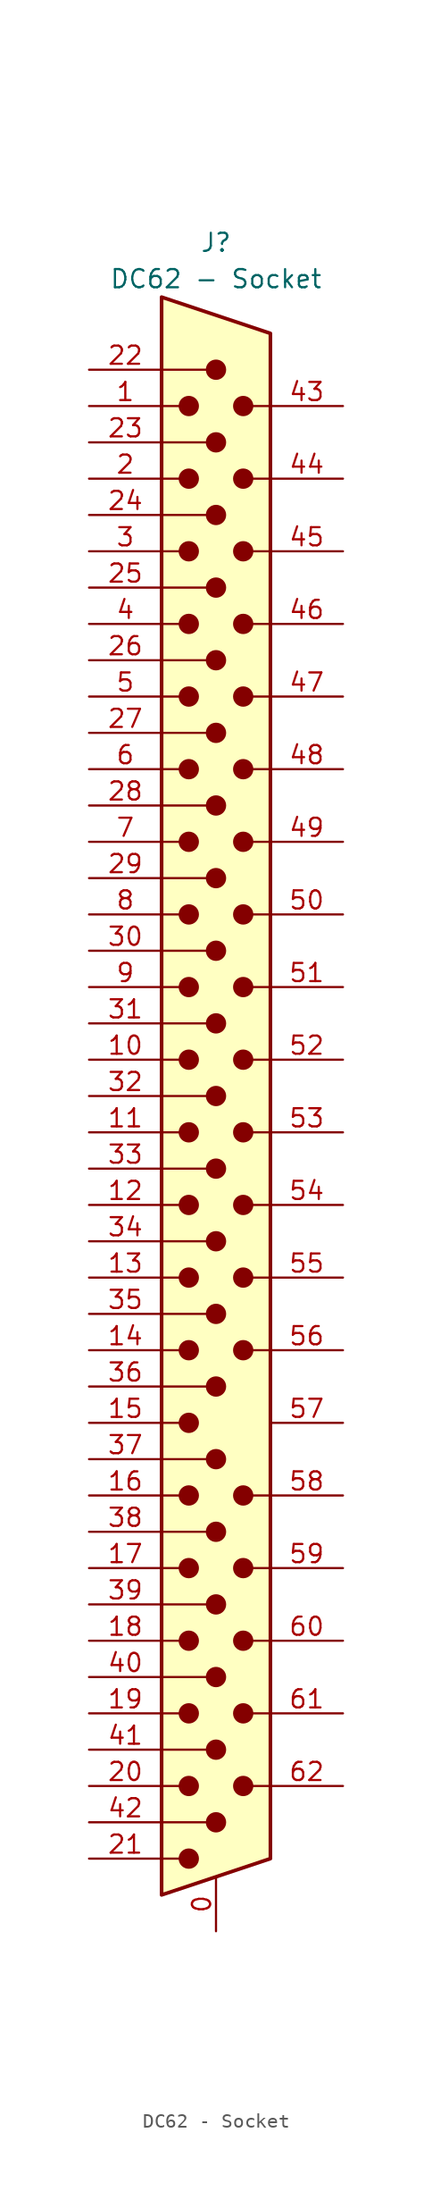
<source format=kicad_sym>
(kicad_symbol_lib
  (version 20220914)
  (generator kicad_symbol_editor)
  (symbol "DC62 - Socket"
    (pin_names
      (offset 1.016) hide)
    (property "Reference" "J"
      (at 0 39.37 0)
      (effects (font (size 1.27 1.27))))
    (property "Value" "DC62 - Socket"
      (at 0 36.83 0)
      (effects (font (size 1.27 1.27))))
    (symbol "DC62 - Socket_0_1"
      (circle (center -1.905 -73.66) (radius 0.635) (stroke (width 0) (type default)) (fill (type outline)))
      (circle (center -1.905 -68.58) (radius 0.635) (stroke (width 0) (type default)) (fill (type outline)))
      (circle (center -1.905 -63.5) (radius 0.635) (stroke (width 0) (type default)) (fill (type outline)))
      (circle (center -1.905 -58.42) (radius 0.635) (stroke (width 0) (type default)) (fill (type outline)))
      (circle (center -1.905 -53.34) (radius 0.635) (stroke (width 0) (type default)) (fill (type outline)))
      (circle (center -1.905 -48.26) (radius 0.635) (stroke (width 0) (type default)) (fill (type outline)))
      (circle (center -1.905 -43.18) (radius 0.635) (stroke (width 0) (type default)) (fill (type outline)))
      (circle (center -1.905 -38.1) (radius 0.635) (stroke (width 0) (type default)) (fill (type outline)))
      (circle (center -1.905 -33.02) (radius 0.635) (stroke (width 0) (type default)) (fill (type outline)))
      (circle (center -1.905 -27.94) (radius 0.635) (stroke (width 0) (type default)) (fill (type outline)))
      (circle (center -1.905 -22.86) (radius 0.635) (stroke (width 0) (type default)) (fill (type outline)))
      (circle (center -1.905 -17.78) (radius 0.635) (stroke (width 0) (type default)) (fill (type outline)))
      (circle (center -1.905 -12.7) (radius 0.635) (stroke (width 0) (type default)) (fill (type outline)))
      (circle (center -1.905 -7.62) (radius 0.635) (stroke (width 0) (type default)) (fill (type outline)))
      (circle (center -1.905 -2.54) (radius 0.635) (stroke (width 0) (type default)) (fill (type outline)))
      (circle (center -1.905 2.54) (radius 0.635) (stroke (width 0) (type default)) (fill (type outline)))
      (circle (center -1.905 7.62) (radius 0.635) (stroke (width 0) (type default)) (fill (type outline)))
      (circle (center -1.905 12.7) (radius 0.635) (stroke (width 0) (type default)) (fill (type outline)))
      (circle (center -1.905 17.78) (radius 0.635) (stroke (width 0) (type default)) (fill (type outline)))
      (circle (center -1.905 22.86) (radius 0.635) (stroke (width 0) (type default)) (fill (type outline)))
      (circle (center -1.905 27.94) (radius 0.635) (stroke (width 0) (type default)) (fill (type outline)))
      (circle (center 0 -71.12) (radius 0.635) (stroke (width 0) (type default)) (fill (type outline)))
      (circle (center 0 -66.04) (radius 0.635) (stroke (width 0) (type default)) (fill (type outline)))
      (circle (center 0 -60.96) (radius 0.635) (stroke (width 0) (type default)) (fill (type outline)))
      (circle (center 0 -55.88) (radius 0.635) (stroke (width 0) (type default)) (fill (type outline)))
      (circle (center 0 -50.8) (radius 0.635) (stroke (width 0) (type default)) (fill (type outline)))
      (circle (center 0 -45.72) (radius 0.635) (stroke (width 0) (type default)) (fill (type outline)))
      (circle (center 0 -40.64) (radius 0.635) (stroke (width 0) (type default)) (fill (type outline)))
      (circle (center 0 -35.56) (radius 0.635) (stroke (width 0) (type default)) (fill (type outline)))
      (circle (center 0 -30.48) (radius 0.635) (stroke (width 0) (type default)) (fill (type outline)))
      (circle (center 0 -25.4) (radius 0.635) (stroke (width 0) (type default)) (fill (type outline)))
      (circle (center 0 -20.32) (radius 0.635) (stroke (width 0) (type default)) (fill (type outline)))
      (circle (center 0 -15.24) (radius 0.635) (stroke (width 0) (type default)) (fill (type outline)))
      (circle (center 0 -10.16) (radius 0.635) (stroke (width 0) (type default)) (fill (type outline)))
      (circle (center 0 -5.08) (radius 0.635) (stroke (width 0) (type default)) (fill (type outline)))
      (polyline (pts (xy -2.54 -73.66) (xy -3.81 -73.66)) (stroke (width 0) (type default)) (fill (type none)))
      (polyline (pts (xy -2.54 -68.58) (xy -3.81 -68.58)) (stroke (width 0) (type default)) (fill (type none)))
      (polyline (pts (xy -2.54 -63.5) (xy -3.81 -63.5)) (stroke (width 0) (type default)) (fill (type none)))
      (polyline (pts (xy -2.54 -58.42) (xy -3.81 -58.42)) (stroke (width 0) (type default)) (fill (type none)))
      (polyline (pts (xy -2.54 -53.34) (xy -3.81 -53.34)) (stroke (width 0) (type default)) (fill (type none)))
      (polyline (pts (xy -2.54 -48.26) (xy -3.81 -48.26)) (stroke (width 0) (type default)) (fill (type none)))
      (polyline (pts (xy -2.54 -43.18) (xy -3.81 -43.18)) (stroke (width 0) (type default)) (fill (type none)))
      (polyline (pts (xy -2.54 -38.1) (xy -3.81 -38.1)) (stroke (width 0) (type default)) (fill (type none)))
      (polyline (pts (xy -2.54 -33.02) (xy -3.81 -33.02)) (stroke (width 0) (type default)) (fill (type none)))
      (polyline (pts (xy -2.54 -27.94) (xy -3.81 -27.94)) (stroke (width 0) (type default)) (fill (type none)))
      (polyline (pts (xy -2.54 -22.86) (xy -3.81 -22.86)) (stroke (width 0) (type default)) (fill (type none)))
      (polyline (pts (xy -2.54 -17.78) (xy -3.81 -17.78)) (stroke (width 0) (type default)) (fill (type none)))
      (polyline (pts (xy -2.54 -12.7) (xy -3.81 -12.7)) (stroke (width 0) (type default)) (fill (type none)))
      (polyline (pts (xy -2.54 -7.62) (xy -3.81 -7.62)) (stroke (width 0) (type default)) (fill (type none)))
      (polyline (pts (xy -2.54 -2.54) (xy -3.81 -2.54)) (stroke (width 0) (type default)) (fill (type none)))
      (polyline (pts (xy -2.54 2.54) (xy -3.81 2.54)) (stroke (width 0) (type default)) (fill (type none)))
      (polyline (pts (xy -2.54 7.62) (xy -3.81 7.62)) (stroke (width 0) (type default)) (fill (type none)))
      (polyline (pts (xy -2.54 12.7) (xy -3.81 12.7)) (stroke (width 0) (type default)) (fill (type none)))
      (polyline (pts (xy -2.54 17.78) (xy -3.81 17.78)) (stroke (width 0) (type default)) (fill (type none)))
      (polyline (pts (xy -2.54 22.86) (xy -3.81 22.86)) (stroke (width 0) (type default)) (fill (type none)))
      (polyline (pts (xy -2.54 27.94) (xy -3.81 27.94)) (stroke (width 0) (type default)) (fill (type none)))
      (polyline (pts (xy 0 -71.12) (xy -3.81 -71.12)) (stroke (width 0) (type default)) (fill (type none)))
      (polyline (pts (xy 0 -66.04) (xy -3.81 -66.04)) (stroke (width 0) (type default)) (fill (type none)))
      (polyline (pts (xy 0 -60.96) (xy -3.81 -60.96)) (stroke (width 0) (type default)) (fill (type none)))
      (polyline (pts (xy 0 -55.88) (xy -3.81 -55.88)) (stroke (width 0) (type default)) (fill (type none)))
      (polyline (pts (xy 0 -50.8) (xy -3.81 -50.8)) (stroke (width 0) (type default)) (fill (type none)))
      (polyline (pts (xy 0 -45.72) (xy -3.81 -45.72)) (stroke (width 0) (type default)) (fill (type none)))
      (polyline (pts (xy 0 -40.64) (xy -3.81 -40.64)) (stroke (width 0) (type default)) (fill (type none)))
      (polyline (pts (xy 0 -35.56) (xy -3.81 -35.56)) (stroke (width 0) (type default)) (fill (type none)))
      (polyline (pts (xy 0 -30.48) (xy -3.81 -30.48)) (stroke (width 0) (type default)) (fill (type none)))
      (polyline (pts (xy 0 -25.4) (xy -3.81 -25.4)) (stroke (width 0) (type default)) (fill (type none)))
      (polyline (pts (xy 0 -20.32) (xy -3.81 -20.32)) (stroke (width 0) (type default)) (fill (type none)))
      (polyline (pts (xy 0 -15.24) (xy -3.81 -15.24)) (stroke (width 0) (type default)) (fill (type none)))
      (polyline (pts (xy 0 -10.16) (xy -3.81 -10.16)) (stroke (width 0) (type default)) (fill (type none)))
      (polyline (pts (xy 0 -5.08) (xy -3.81 -5.08)) (stroke (width 0) (type default)) (fill (type none)))
      (polyline (pts (xy 0 0) (xy -3.81 0)) (stroke (width 0) (type default)) (fill (type none)))
      (polyline (pts (xy 0 5.08) (xy -3.81 5.08)) (stroke (width 0) (type default)) (fill (type none)))
      (polyline (pts (xy 0 10.16) (xy -3.81 10.16)) (stroke (width 0) (type default)) (fill (type none)))
      (polyline (pts (xy 0 15.24) (xy -3.81 15.24)) (stroke (width 0) (type default)) (fill (type none)))
      (polyline (pts (xy 0 20.32) (xy -3.81 20.32)) (stroke (width 0) (type default)) (fill (type none)))
      (polyline (pts (xy 0 25.4) (xy -3.81 25.4)) (stroke (width 0) (type default)) (fill (type none)))
      (polyline (pts (xy 0 30.48) (xy -3.81 30.48)) (stroke (width 0) (type default)) (fill (type none)))
      (polyline (pts (xy 3.81 -68.58) (xy 2.54 -68.58)) (stroke (width 0) (type default)) (fill (type none)))
      (polyline (pts (xy 3.81 -63.5) (xy 2.54 -63.5)) (stroke (width 0) (type default)) (fill (type none)))
      (polyline (pts (xy 3.81 -58.42) (xy 2.54 -58.42)) (stroke (width 0) (type default)) (fill (type none)))
      (polyline (pts (xy 3.81 -53.34) (xy 2.54 -53.34)) (stroke (width 0) (type default)) (fill (type none)))
      (polyline (pts (xy 3.81 -48.26) (xy 2.54 -48.26)) (stroke (width 0) (type default)) (fill (type none)))
      (polyline (pts (xy 3.81 -38.1) (xy 2.54 -38.1)) (stroke (width 0) (type default)) (fill (type none)))
      (polyline (pts (xy 3.81 -33.02) (xy 2.54 -33.02)) (stroke (width 0) (type default)) (fill (type none)))
      (polyline (pts (xy 3.81 -27.94) (xy 2.54 -27.94)) (stroke (width 0) (type default)) (fill (type none)))
      (polyline (pts (xy 3.81 -22.86) (xy 2.54 -22.86)) (stroke (width 0) (type default)) (fill (type none)))
      (polyline (pts (xy 3.81 -17.78) (xy 2.54 -17.78)) (stroke (width 0) (type default)) (fill (type none)))
      (polyline (pts (xy 3.81 -12.7) (xy 2.54 -12.7)) (stroke (width 0) (type default)) (fill (type none)))
      (polyline (pts (xy 3.81 -7.62) (xy 2.54 -7.62)) (stroke (width 0) (type default)) (fill (type none)))
      (polyline (pts (xy 3.81 -2.54) (xy 2.54 -2.54)) (stroke (width 0) (type default)) (fill (type none)))
      (polyline (pts (xy 3.81 2.54) (xy 2.54 2.54)) (stroke (width 0) (type default)) (fill (type none)))
      (polyline (pts (xy 3.81 7.62) (xy 2.54 7.62)) (stroke (width 0) (type default)) (fill (type none)))
      (polyline (pts (xy 3.81 12.7) (xy 2.54 12.7)) (stroke (width 0) (type default)) (fill (type none)))
      (polyline (pts (xy 3.81 17.78) (xy 2.54 17.78)) (stroke (width 0) (type default)) (fill (type none)))
      (polyline (pts (xy 3.81 22.86) (xy 2.54 22.86)) (stroke (width 0) (type default)) (fill (type none)))
      (polyline (pts (xy 3.81 27.94) (xy 2.54 27.94)) (stroke (width 0) (type default)) (fill (type none)))
      (polyline (pts (xy -3.81 35.56) (xy -3.81 -76.2) (xy 3.81 -73.66) (xy 3.81 33.02) (xy -3.81 35.56)) (stroke (width 0.254) (type default)) (fill (type background)))
      (circle (center 0 0) (radius 0.635) (stroke (width 0) (type default)) (fill (type outline)))
      (circle (center 0 5.08) (radius 0.635) (stroke (width 0) (type default)) (fill (type outline)))
      (circle (center 0 10.16) (radius 0.635) (stroke (width 0) (type default)) (fill (type outline)))
      (circle (center 0 15.24) (radius 0.635) (stroke (width 0) (type default)) (fill (type outline)))
      (circle (center 0 20.32) (radius 0.635) (stroke (width 0) (type default)) (fill (type outline)))
      (circle (center 0 25.4) (radius 0.635) (stroke (width 0) (type default)) (fill (type outline)))
      (circle (center 0 30.48) (radius 0.635) (stroke (width 0) (type default)) (fill (type outline)))
      (circle (center 1.905 -68.58) (radius 0.635) (stroke (width 0) (type default)) (fill (type outline)))
      (circle (center 1.905 -63.5) (radius 0.635) (stroke (width 0) (type default)) (fill (type outline)))
      (circle (center 1.905 -58.42) (radius 0.635) (stroke (width 0) (type default)) (fill (type outline)))
      (circle (center 1.905 -53.34) (radius 0.635) (stroke (width 0) (type default)) (fill (type outline)))
      (circle (center 1.905 -48.26) (radius 0.635) (stroke (width 0) (type default)) (fill (type outline)))
      (circle (center 1.905 -38.1) (radius 0.635) (stroke (width 0) (type default)) (fill (type outline)))
      (circle (center 1.905 -33.02) (radius 0.635) (stroke (width 0) (type default)) (fill (type outline)))
      (circle (center 1.905 -27.94) (radius 0.635) (stroke (width 0) (type default)) (fill (type outline)))
      (circle (center 1.905 -22.86) (radius 0.635) (stroke (width 0) (type default)) (fill (type outline)))
      (circle (center 1.905 -17.78) (radius 0.635) (stroke (width 0) (type default)) (fill (type outline)))
      (circle (center 1.905 -12.7) (radius 0.635) (stroke (width 0) (type default)) (fill (type outline)))
      (circle (center 1.905 -7.62) (radius 0.635) (stroke (width 0) (type default)) (fill (type outline)))
      (circle (center 1.905 -2.54) (radius 0.635) (stroke (width 0) (type default)) (fill (type outline)))
      (circle (center 1.905 2.54) (radius 0.635) (stroke (width 0) (type default)) (fill (type outline)))
      (circle (center 1.905 7.62) (radius 0.635) (stroke (width 0) (type default)) (fill (type outline)))
      (circle (center 1.905 12.7) (radius 0.635) (stroke (width 0) (type default)) (fill (type outline)))
      (circle (center 1.905 17.78) (radius 0.635) (stroke (width 0) (type default)) (fill (type outline)))
      (circle (center 1.905 22.86) (radius 0.635) (stroke (width 0) (type default)) (fill (type outline)))
      (circle (center 1.905 27.94) (radius 0.635) (stroke (width 0) (type default)) (fill (type outline))))
    (symbol "DC62 - Socket_1_1"
      (pin passive line (at 0 -78.74 90) (length 3.81) (name "0" (effects (font (size 1.27 1.27)))) (number "0" (effects (font (size 1.27 1.27)))))
      (pin passive line (at -8.89 27.94 0) (length 5.08) (name "1" (effects (font (size 1.27 1.27)))) (number "1" (effects (font (size 1.27 1.27)))))
      (pin passive line (at -8.89 -17.78 0) (length 5.08) (name "10" (effects (font (size 1.27 1.27)))) (number "10" (effects (font (size 1.27 1.27)))))
      (pin passive line (at -8.89 -22.86 0) (length 5.08) (name "11" (effects (font (size 1.27 1.27)))) (number "11" (effects (font (size 1.27 1.27)))))
      (pin passive line (at -8.89 -27.94 0) (length 5.08) (name "12" (effects (font (size 1.27 1.27)))) (number "12" (effects (font (size 1.27 1.27)))))
      (pin passive line (at -8.89 -33.02 0) (length 5.08) (name "13" (effects (font (size 1.27 1.27)))) (number "13" (effects (font (size 1.27 1.27)))))
      (pin passive line (at -8.89 -38.1 0) (length 5.08) (name "14" (effects (font (size 1.27 1.27)))) (number "14" (effects (font (size 1.27 1.27)))))
      (pin passive line (at -8.89 -43.18 0) (length 5.08) (name "15" (effects (font (size 1.27 1.27)))) (number "15" (effects (font (size 1.27 1.27)))))
      (pin passive line (at -8.89 -48.26 0) (length 5.08) (name "16" (effects (font (size 1.27 1.27)))) (number "16" (effects (font (size 1.27 1.27)))))
      (pin passive line (at -8.89 -53.34 0) (length 5.08) (name "17" (effects (font (size 1.27 1.27)))) (number "17" (effects (font (size 1.27 1.27)))))
      (pin passive line (at -8.89 -58.42 0) (length 5.08) (name "18" (effects (font (size 1.27 1.27)))) (number "18" (effects (font (size 1.27 1.27)))))
      (pin passive line (at -8.89 -63.5 0) (length 5.08) (name "19" (effects (font (size 1.27 1.27)))) (number "19" (effects (font (size 1.27 1.27)))))
      (pin passive line (at -8.89 22.86 0) (length 5.08) (name "2" (effects (font (size 1.27 1.27)))) (number "2" (effects (font (size 1.27 1.27)))))
      (pin passive line (at -8.89 -68.58 0) (length 5.08) (name "20" (effects (font (size 1.27 1.27)))) (number "20" (effects (font (size 1.27 1.27)))))
      (pin passive line (at -8.89 -73.66 0) (length 5.08) (name "21" (effects (font (size 1.27 1.27)))) (number "21" (effects (font (size 1.27 1.27)))))
      (pin passive line (at -8.89 30.48 0) (length 5.08) (name "22" (effects (font (size 1.27 1.27)))) (number "22" (effects (font (size 1.27 1.27)))))
      (pin passive line (at -8.89 25.4 0) (length 5.08) (name "23" (effects (font (size 1.27 1.27)))) (number "23" (effects (font (size 1.27 1.27)))))
      (pin passive line (at -8.89 20.32 0) (length 5.08) (name "24" (effects (font (size 1.27 1.27)))) (number "24" (effects (font (size 1.27 1.27)))))
      (pin passive line (at -8.89 15.24 0) (length 5.08) (name "25" (effects (font (size 1.27 1.27)))) (number "25" (effects (font (size 1.27 1.27)))))
      (pin passive line (at -8.89 10.16 0) (length 5.08) (name "26" (effects (font (size 1.27 1.27)))) (number "26" (effects (font (size 1.27 1.27)))))
      (pin passive line (at -8.89 5.08 0) (length 5.08) (name "27" (effects (font (size 1.27 1.27)))) (number "27" (effects (font (size 1.27 1.27)))))
      (pin passive line (at -8.89 0 0) (length 5.08) (name "28" (effects (font (size 1.27 1.27)))) (number "28" (effects (font (size 1.27 1.27)))))
      (pin passive line (at -8.89 -5.08 0) (length 5.08) (name "29" (effects (font (size 1.27 1.27)))) (number "29" (effects (font (size 1.27 1.27)))))
      (pin passive line (at -8.89 17.78 0) (length 5.08) (name "3" (effects (font (size 1.27 1.27)))) (number "3" (effects (font (size 1.27 1.27)))))
      (pin passive line (at -8.89 -10.16 0) (length 5.08) (name "30" (effects (font (size 1.27 1.27)))) (number "30" (effects (font (size 1.27 1.27)))))
      (pin passive line (at -8.89 -15.24 0) (length 5.08) (name "31" (effects (font (size 1.27 1.27)))) (number "31" (effects (font (size 1.27 1.27)))))
      (pin passive line (at -8.89 -20.32 0) (length 5.08) (name "32" (effects (font (size 1.27 1.27)))) (number "32" (effects (font (size 1.27 1.27)))))
      (pin passive line (at -8.89 -25.4 0) (length 5.08) (name "33" (effects (font (size 1.27 1.27)))) (number "33" (effects (font (size 1.27 1.27)))))
      (pin passive line (at -8.89 -30.48 0) (length 5.08) (name "34" (effects (font (size 1.27 1.27)))) (number "34" (effects (font (size 1.27 1.27)))))
      (pin passive line (at -8.89 -35.56 0) (length 5.08) (name "35" (effects (font (size 1.27 1.27)))) (number "35" (effects (font (size 1.27 1.27)))))
      (pin passive line (at -8.89 -40.64 0) (length 5.08) (name "36" (effects (font (size 1.27 1.27)))) (number "36" (effects (font (size 1.27 1.27)))))
      (pin passive line (at -8.89 -45.72 0) (length 5.08) (name "37" (effects (font (size 1.27 1.27)))) (number "37" (effects (font (size 1.27 1.27)))))
      (pin passive line (at -8.89 -50.8 0) (length 5.08) (name "38" (effects (font (size 1.27 1.27)))) (number "38" (effects (font (size 1.27 1.27)))))
      (pin passive line (at -8.89 -55.88 0) (length 5.08) (name "39" (effects (font (size 1.27 1.27)))) (number "39" (effects (font (size 1.27 1.27)))))
      (pin passive line (at -8.89 12.7 0) (length 5.08) (name "4" (effects (font (size 1.27 1.27)))) (number "4" (effects (font (size 1.27 1.27)))))
      (pin passive line (at -8.89 -60.96 0) (length 5.08) (name "40" (effects (font (size 1.27 1.27)))) (number "40" (effects (font (size 1.27 1.27)))))
      (pin passive line (at -8.89 -66.04 0) (length 5.08) (name "41" (effects (font (size 1.27 1.27)))) (number "41" (effects (font (size 1.27 1.27)))))
      (pin passive line (at -8.89 -71.12 0) (length 5.08) (name "42" (effects (font (size 1.27 1.27)))) (number "42" (effects (font (size 1.27 1.27)))))
      (pin passive line (at 8.89 27.94 180) (length 5.08) (name "43" (effects (font (size 1.27 1.27)))) (number "43" (effects (font (size 1.27 1.27)))))
      (pin passive line (at 8.89 22.86 180) (length 5.08) (name "44" (effects (font (size 1.27 1.27)))) (number "44" (effects (font (size 1.27 1.27)))))
      (pin passive line (at 8.89 17.78 180) (length 5.08) (name "45" (effects (font (size 1.27 1.27)))) (number "45" (effects (font (size 1.27 1.27)))))
      (pin passive line (at 8.89 12.7 180) (length 5.08) (name "46" (effects (font (size 1.27 1.27)))) (number "46" (effects (font (size 1.27 1.27)))))
      (pin passive line (at 8.89 7.62 180) (length 5.08) (name "47" (effects (font (size 1.27 1.27)))) (number "47" (effects (font (size 1.27 1.27)))))
      (pin passive line (at 8.89 2.54 180) (length 5.08) (name "48" (effects (font (size 1.27 1.27)))) (number "48" (effects (font (size 1.27 1.27)))))
      (pin passive line (at 8.89 -2.54 180) (length 5.08) (name "49" (effects (font (size 1.27 1.27)))) (number "49" (effects (font (size 1.27 1.27)))))
      (pin passive line (at -8.89 7.62 0) (length 5.08) (name "5" (effects (font (size 1.27 1.27)))) (number "5" (effects (font (size 1.27 1.27)))))
      (pin passive line (at 8.89 -7.62 180) (length 5.08) (name "50" (effects (font (size 1.27 1.27)))) (number "50" (effects (font (size 1.27 1.27)))))
      (pin passive line (at 8.89 -12.7 180) (length 5.08) (name "51" (effects (font (size 1.27 1.27)))) (number "51" (effects (font (size 1.27 1.27)))))
      (pin passive line (at 8.89 -17.78 180) (length 5.08) (name "52" (effects (font (size 1.27 1.27)))) (number "52" (effects (font (size 1.27 1.27)))))
      (pin passive line (at 8.89 -22.86 180) (length 5.08) (name "53" (effects (font (size 1.27 1.27)))) (number "53" (effects (font (size 1.27 1.27)))))
      (pin passive line (at 8.89 -27.94 180) (length 5.08) (name "54" (effects (font (size 1.27 1.27)))) (number "54" (effects (font (size 1.27 1.27)))))
      (pin passive line (at 8.89 -33.02 180) (length 5.08) (name "55" (effects (font (size 1.27 1.27)))) (number "55" (effects (font (size 1.27 1.27)))))
      (pin passive line (at 8.89 -38.1 180) (length 5.08) (name "56" (effects (font (size 1.27 1.27)))) (number "56" (effects (font (size 1.27 1.27)))))
      (pin passive line (at 8.89 -43.18 180) (length 5.08) (name "57" (effects (font (size 1.27 1.27)))) (number "57" (effects (font (size 1.27 1.27)))))
      (pin passive line (at 8.89 -48.26 180) (length 5.08) (name "58" (effects (font (size 1.27 1.27)))) (number "58" (effects (font (size 1.27 1.27)))))
      (pin passive line (at 8.89 -53.34 180) (length 5.08) (name "59" (effects (font (size 1.27 1.27)))) (number "59" (effects (font (size 1.27 1.27)))))
      (pin passive line (at -8.89 2.54 0) (length 5.08) (name "6" (effects (font (size 1.27 1.27)))) (number "6" (effects (font (size 1.27 1.27)))))
      (pin passive line (at 8.89 -58.42 180) (length 5.08) (name "60" (effects (font (size 1.27 1.27)))) (number "60" (effects (font (size 1.27 1.27)))))
      (pin passive line (at 8.89 -63.5 180) (length 5.08) (name "61" (effects (font (size 1.27 1.27)))) (number "61" (effects (font (size 1.27 1.27)))))
      (pin passive line (at 8.89 -68.58 180) (length 5.08) (name "62" (effects (font (size 1.27 1.27)))) (number "62" (effects (font (size 1.27 1.27)))))
      (pin passive line (at -8.89 -2.54 0) (length 5.08) (name "7" (effects (font (size 1.27 1.27)))) (number "7" (effects (font (size 1.27 1.27)))))
      (pin passive line (at -8.89 -7.62 0) (length 5.08) (name "8" (effects (font (size 1.27 1.27)))) (number "8" (effects (font (size 1.27 1.27)))))
      (pin passive line (at -8.89 -12.7 0) (length 5.08) (name "9" (effects (font (size 1.27 1.27)))) (number "9" (effects (font (size 1.27 1.27))))))))
</source>
